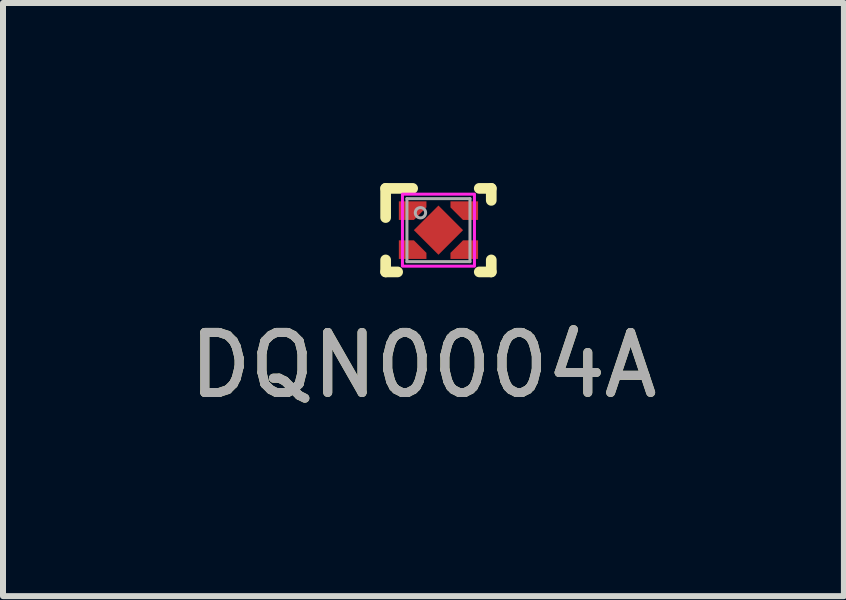
<source format=kicad_pcb>
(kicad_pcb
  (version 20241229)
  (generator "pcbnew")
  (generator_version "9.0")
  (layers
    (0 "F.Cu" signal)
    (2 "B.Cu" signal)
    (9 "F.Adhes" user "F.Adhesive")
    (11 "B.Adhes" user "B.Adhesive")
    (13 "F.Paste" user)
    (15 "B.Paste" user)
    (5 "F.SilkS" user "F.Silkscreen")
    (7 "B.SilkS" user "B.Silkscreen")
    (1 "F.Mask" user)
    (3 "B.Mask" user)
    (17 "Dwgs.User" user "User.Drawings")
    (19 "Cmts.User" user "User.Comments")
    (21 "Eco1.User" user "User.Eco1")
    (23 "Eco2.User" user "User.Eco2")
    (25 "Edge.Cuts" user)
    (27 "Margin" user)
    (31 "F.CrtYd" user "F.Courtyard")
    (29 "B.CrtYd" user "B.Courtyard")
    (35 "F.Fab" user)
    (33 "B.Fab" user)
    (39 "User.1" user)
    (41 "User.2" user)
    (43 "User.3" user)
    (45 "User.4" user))
  (footprint "DQN0004A"
    (layer "F.Cu")
    (at 4.256 0.785)
    (property "Reference" "DQN0004A" (at -0.25 2.25 0) (unlocked yes) (layer "F.SilkS") (effects (font (size 1 1) (thickness 0.15))))
    (attr smd)
    (fp_poly (pts (xy -0.61 -0.43) (xy -0.25 -0.43) (xy -0.25 -0.4) (xy -0.43 -0.22) (xy -0.61 -0.22)) (stroke (width 0) (type solid)) (fill yes) (layer "F.Mask"))
    (fp_poly (pts (xy -0.61 0.43) (xy -0.61 0.22) (xy -0.43 0.22) (xy -0.25 0.4) (xy -0.25 0.43)) (stroke (width 0) (type solid)) (fill yes) (layer "F.Mask"))
    (fp_poly (pts (xy 0.61 -0.43) (xy 0.61 -0.22) (xy 0.43 -0.22) (xy 0.25 -0.4) (xy 0.25 -0.43)) (stroke (width 0) (type solid)) (fill yes) (layer "F.Mask"))
    (fp_poly (pts (xy 0.61 0.43) (xy 0.25 0.43) (xy 0.25 0.4) (xy 0.43 0.22) (xy 0.61 0.22)) (stroke (width 0) (type solid)) (fill yes) (layer "F.Mask"))
    (fp_line (start -0.88 -0.696) (end -0.43 -0.696) (stroke (width 0.178) (type solid)) (layer "F.SilkS"))
    (fp_line (start -0.88 -0.21) (end -0.88 -0.696) (stroke (width 0.178) (type solid)) (layer "F.SilkS"))
    (fp_line (start -0.88 0.696) (end -0.88 0.496) (stroke (width 0.178) (type solid)) (layer "F.SilkS"))
    (fp_line (start -0.88 0.696) (end -0.68 0.696) (stroke (width 0.178) (type solid)) (layer "F.SilkS"))
    (fp_line (start 0.68 -0.696) (end 0.88 -0.696) (stroke (width 0.178) (type solid)) (layer "F.SilkS"))
    (fp_line (start 0.68 0.696) (end 0.88 0.696) (stroke (width 0.178) (type solid)) (layer "F.SilkS"))
    (fp_line (start 0.88 -0.496) (end 0.88 -0.696) (stroke (width 0.178) (type solid)) (layer "F.SilkS"))
    (fp_line (start 0.88 0.696) (end 0.88 0.496) (stroke (width 0.178) (type solid)) (layer "F.SilkS"))
    (fp_poly (pts (xy -0.65 -0.43) (xy -0.25 -0.43) (xy -0.25 -0.4) (xy -0.43 -0.22) (xy -0.65 -0.22)) (stroke (width 0) (type solid)) (fill yes) (layer "F.Paste"))
    (fp_poly (pts (xy -0.65 0.43) (xy -0.25 0.43) (xy -0.25 0.4) (xy -0.43 0.22) (xy -0.65 0.22)) (stroke (width 0) (type solid)) (fill yes) (layer "F.Paste"))
    (fp_poly (pts (xy 0.65 -0.43) (xy 0.25 -0.43) (xy 0.25 -0.4) (xy 0.43 -0.22) (xy 0.65 -0.22)) (stroke (width 0) (type solid)) (fill yes) (layer "F.Paste"))
    (fp_poly (pts (xy 0.65 0.43) (xy 0.25 0.43) (xy 0.25 0.4) (xy 0.43 0.22) (xy 0.65 0.22)) (stroke (width 0) (type solid)) (fill yes) (layer "F.Paste"))
    (fp_rect (start -0.6 -0.6) (end 0.6 0.6) (stroke (width 0.05) (type default)) (fill no) (layer "F.CrtYd"))
    (fp_line (start -0.525 -0.525) (end 0.525 -0.525) (stroke (width 0.05) (type solid)) (layer "F.Fab"))
    (fp_line (start -0.525 0.525) (end -0.525 -0.525) (stroke (width 0.05) (type solid)) (layer "F.Fab"))
    (fp_line (start -0.525 0.525) (end 0.525 0.525) (stroke (width 0.05) (type solid)) (layer "F.Fab"))
    (fp_line (start 0.525 0.525) (end 0.525 -0.525) (stroke (width 0.05) (type solid)) (layer "F.Fab"))
    (fp_circle (center -0.3 -0.29) (end -0.214 -0.29) (stroke (width 0.05) (type solid)) (fill no) (layer "F.Fab"))
    (fp_text user "${REFERENCE}" (at -0.25 2.25 0) (unlocked yes) (layer "F.Fab") (effects (font (size 1 1) (thickness 0.15))))
    (pad "1" smd custom (at -0.535 -0.325) (size 0.25 0.31) (layers "F.Cu") (options (anchor rect)) (primitives (gr_poly (pts (xy -0.125 -0.155) (xy 0.335 -0.155) (xy 0.335 -0.054) (xy 0.126 0.155) (xy -0.125 0.155)) (width 0) (fill yes))))
    (pad "2" smd custom (at -0.535 0.325) (size 0.25 0.31) (layers "F.Cu") (options (anchor rect)) (primitives (gr_poly (pts (xy -0.125 0.155) (xy 0.335 0.155) (xy 0.335 0.054) (xy 0.126 -0.155) (xy -0.125 -0.155)) (width 0) (fill yes))))
    (pad "3" smd custom (at 0.535 0.325) (size 0.25 0.31) (layers "F.Cu") (options (anchor rect)) (primitives (gr_poly (pts (xy 0.125 0.155) (xy -0.335 0.155) (xy -0.335 0.054) (xy -0.126 -0.155) (xy 0.125 -0.155)) (width 0) (fill yes))))
    (pad "4" smd custom (at 0.535 -0.325) (size 0.25 0.31) (layers "F.Cu") (options (anchor rect)) (primitives (gr_poly (pts (xy 0.125 -0.155) (xy -0.335 -0.155) (xy -0.335 -0.054) (xy -0.126 0.155) (xy 0.125 0.155)) (width 0) (fill yes))))
    (pad "5" smd rect (at 0 0 45) (size 0.58 0.58) (layers "F.Cu" "F.Mask" "F.Paste")))
  (gr_rect
    (start -3 -3)
    (end 11.012 6.883)
    (stroke (width 0.1) (type default))
    (fill no)
    (layer "Edge.Cuts")))
</source>
